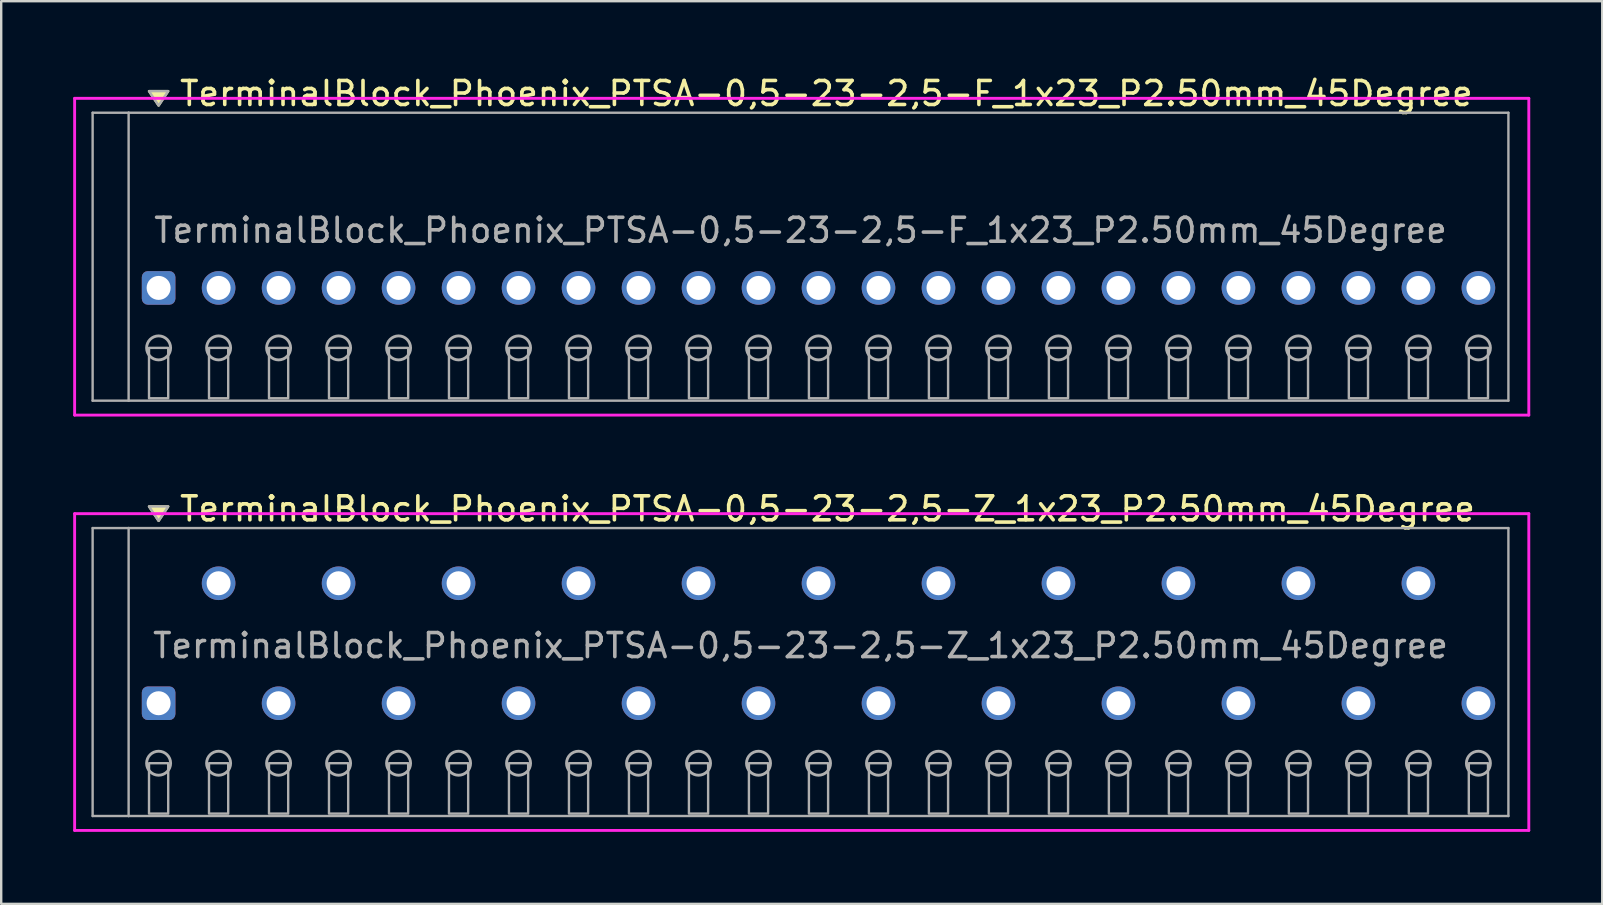
<source format=kicad_pcb>
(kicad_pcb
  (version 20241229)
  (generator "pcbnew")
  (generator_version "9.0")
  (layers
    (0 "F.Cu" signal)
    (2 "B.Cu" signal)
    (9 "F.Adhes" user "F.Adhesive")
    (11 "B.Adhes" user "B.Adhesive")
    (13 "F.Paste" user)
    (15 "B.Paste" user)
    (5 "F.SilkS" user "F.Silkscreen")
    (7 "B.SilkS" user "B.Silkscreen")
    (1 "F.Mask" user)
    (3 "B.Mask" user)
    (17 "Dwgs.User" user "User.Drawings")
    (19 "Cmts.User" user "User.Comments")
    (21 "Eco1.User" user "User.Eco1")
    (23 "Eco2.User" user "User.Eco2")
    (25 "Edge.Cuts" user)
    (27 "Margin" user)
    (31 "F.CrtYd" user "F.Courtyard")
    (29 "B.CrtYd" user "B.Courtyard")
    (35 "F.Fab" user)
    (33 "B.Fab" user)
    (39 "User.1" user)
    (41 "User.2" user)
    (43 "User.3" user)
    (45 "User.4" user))
  (footprint "TerminalBlock_Phoenix_PTSA-0,5-23-2,5-F_1x23_P2.50mm_45Degree"
    (layer "F.Cu")
    (at 3.56 8.948)
    (property "Reference" "TerminalBlock_Phoenix_PTSA-0,5-23-2,5-F_1x23_P2.50mm_45Degree" (at 0.8 -8.1 0) (layer "F.SilkS") (effects (font (size 1 1) (thickness 0.15)) (justify left)))
    (attr through_hole)
    (fp_poly (pts (xy 0 -7.6) (xy -0.4 -8.2) (xy 0.4 -8.2)) (stroke (width 0.1) (type solid)) (fill yes) (layer "F.SilkS"))
    (fp_line (start -3.5 -7.9) (end 57.1 -7.9) (stroke (width 0.12) (type solid)) (layer "F.CrtYd"))
    (fp_line (start -3.5 5.3) (end -3.5 -7.9) (stroke (width 0.12) (type solid)) (layer "F.CrtYd"))
    (fp_line (start 57.1 -7.9) (end 57.1 5.3) (stroke (width 0.12) (type solid)) (layer "F.CrtYd"))
    (fp_line (start 57.1 5.3) (end -3.5 5.3) (stroke (width 0.12) (type solid)) (layer "F.CrtYd"))
    (fp_line (start -2.75 -7.3) (end -1.25 -7.3) (stroke (width 0.1) (type solid)) (layer "F.Fab"))
    (fp_line (start -2.75 4.7) (end -2.75 -7.3) (stroke (width 0.1) (type solid)) (layer "F.Fab"))
    (fp_line (start -1.25 -7.3) (end -1.25 4.7) (stroke (width 0.1) (type solid)) (layer "F.Fab"))
    (fp_line (start -1.25 4.7) (end -2.75 4.7) (stroke (width 0.1) (type solid)) (layer "F.Fab"))
    (fp_line (start -1.25 4.7) (end 56.25 4.7) (stroke (width 0.1) (type solid)) (layer "F.Fab"))
    (fp_line (start 56.25 -7.3) (end -1.25 -7.3) (stroke (width 0.1) (type solid)) (layer "F.Fab"))
    (fp_line (start 56.25 4.7) (end 56.25 -7.3) (stroke (width 0.1) (type solid)) (layer "F.Fab"))
    (fp_circle (center 0 2.5) (end -0.5 2.5) (stroke (width 0.12) (type solid)) (fill no) (layer "F.Fab"))
    (fp_circle (center 2.5 2.5) (end 2 2.5) (stroke (width 0.12) (type solid)) (fill no) (layer "F.Fab"))
    (fp_circle (center 5 2.5) (end 4.5 2.5) (stroke (width 0.12) (type solid)) (fill no) (layer "F.Fab"))
    (fp_circle (center 7.5 2.5) (end 7 2.5) (stroke (width 0.12) (type solid)) (fill no) (layer "F.Fab"))
    (fp_circle (center 10 2.5) (end 9.5 2.5) (stroke (width 0.12) (type solid)) (fill no) (layer "F.Fab"))
    (fp_circle (center 12.5 2.5) (end 12 2.5) (stroke (width 0.12) (type solid)) (fill no) (layer "F.Fab"))
    (fp_circle (center 15 2.5) (end 14.5 2.5) (stroke (width 0.12) (type solid)) (fill no) (layer "F.Fab"))
    (fp_circle (center 17.5 2.5) (end 17 2.5) (stroke (width 0.12) (type solid)) (fill no) (layer "F.Fab"))
    (fp_circle (center 20 2.5) (end 19.5 2.5) (stroke (width 0.12) (type solid)) (fill no) (layer "F.Fab"))
    (fp_circle (center 22.5 2.5) (end 22 2.5) (stroke (width 0.12) (type solid)) (fill no) (layer "F.Fab"))
    (fp_circle (center 25 2.5) (end 24.5 2.5) (stroke (width 0.12) (type solid)) (fill no) (layer "F.Fab"))
    (fp_circle (center 27.5 2.5) (end 27 2.5) (stroke (width 0.12) (type solid)) (fill no) (layer "F.Fab"))
    (fp_circle (center 30 2.5) (end 29.5 2.5) (stroke (width 0.12) (type solid)) (fill no) (layer "F.Fab"))
    (fp_circle (center 32.5 2.5) (end 32 2.5) (stroke (width 0.12) (type solid)) (fill no) (layer "F.Fab"))
    (fp_circle (center 35 2.5) (end 34.5 2.5) (stroke (width 0.12) (type solid)) (fill no) (layer "F.Fab"))
    (fp_circle (center 37.5 2.5) (end 37 2.5) (stroke (width 0.12) (type solid)) (fill no) (layer "F.Fab"))
    (fp_circle (center 40 2.5) (end 39.5 2.5) (stroke (width 0.12) (type solid)) (fill no) (layer "F.Fab"))
    (fp_circle (center 42.5 2.5) (end 42 2.5) (stroke (width 0.12) (type solid)) (fill no) (layer "F.Fab"))
    (fp_circle (center 45 2.5) (end 44.5 2.5) (stroke (width 0.12) (type solid)) (fill no) (layer "F.Fab"))
    (fp_circle (center 47.5 2.5) (end 47 2.5) (stroke (width 0.12) (type solid)) (fill no) (layer "F.Fab"))
    (fp_circle (center 50 2.5) (end 49.5 2.5) (stroke (width 0.12) (type solid)) (fill no) (layer "F.Fab"))
    (fp_circle (center 52.5 2.5) (end 52 2.5) (stroke (width 0.12) (type solid)) (fill no) (layer "F.Fab"))
    (fp_circle (center 55 2.5) (end 54.5 2.5) (stroke (width 0.12) (type solid)) (fill no) (layer "F.Fab"))
    (fp_poly (pts (xy 0 -7.6) (xy -0.4 -8.2) (xy 0.4 -8.2)) (stroke (width 0.1) (type solid)) (fill no) (layer "F.Fab"))
    (fp_poly (pts (xy -0.4 2.5) (xy -0.4 4.6) (xy 0.4 4.6) (xy 0.4 2.5)) (stroke (width 0.1) (type solid)) (fill no) (layer "F.Fab"))
    (fp_poly (pts (xy 2.1 2.5) (xy 2.1 4.6) (xy 2.9 4.6) (xy 2.9 2.5)) (stroke (width 0.1) (type solid)) (fill no) (layer "F.Fab"))
    (fp_poly (pts (xy 4.6 2.5) (xy 4.6 4.6) (xy 5.4 4.6) (xy 5.4 2.5)) (stroke (width 0.1) (type solid)) (fill no) (layer "F.Fab"))
    (fp_poly (pts (xy 7.1 2.5) (xy 7.1 4.6) (xy 7.9 4.6) (xy 7.9 2.5)) (stroke (width 0.1) (type solid)) (fill no) (layer "F.Fab"))
    (fp_poly (pts (xy 9.6 2.5) (xy 9.6 4.6) (xy 10.4 4.6) (xy 10.4 2.5)) (stroke (width 0.1) (type solid)) (fill no) (layer "F.Fab"))
    (fp_poly (pts (xy 12.1 2.5) (xy 12.1 4.6) (xy 12.9 4.6) (xy 12.9 2.5)) (stroke (width 0.1) (type solid)) (fill no) (layer "F.Fab"))
    (fp_poly (pts (xy 14.6 2.5) (xy 14.6 4.6) (xy 15.4 4.6) (xy 15.4 2.5)) (stroke (width 0.1) (type solid)) (fill no) (layer "F.Fab"))
    (fp_poly (pts (xy 17.1 2.5) (xy 17.1 4.6) (xy 17.9 4.6) (xy 17.9 2.5)) (stroke (width 0.1) (type solid)) (fill no) (layer "F.Fab"))
    (fp_poly (pts (xy 19.6 2.5) (xy 19.6 4.6) (xy 20.4 4.6) (xy 20.4 2.5)) (stroke (width 0.1) (type solid)) (fill no) (layer "F.Fab"))
    (fp_poly (pts (xy 22.1 2.5) (xy 22.1 4.6) (xy 22.9 4.6) (xy 22.9 2.5)) (stroke (width 0.1) (type solid)) (fill no) (layer "F.Fab"))
    (fp_poly (pts (xy 24.6 2.5) (xy 24.6 4.6) (xy 25.4 4.6) (xy 25.4 2.5)) (stroke (width 0.1) (type solid)) (fill no) (layer "F.Fab"))
    (fp_poly (pts (xy 27.1 2.5) (xy 27.1 4.6) (xy 27.9 4.6) (xy 27.9 2.5)) (stroke (width 0.1) (type solid)) (fill no) (layer "F.Fab"))
    (fp_poly (pts (xy 29.6 2.5) (xy 29.6 4.6) (xy 30.4 4.6) (xy 30.4 2.5)) (stroke (width 0.1) (type solid)) (fill no) (layer "F.Fab"))
    (fp_poly (pts (xy 32.1 2.5) (xy 32.1 4.6) (xy 32.9 4.6) (xy 32.9 2.5)) (stroke (width 0.1) (type solid)) (fill no) (layer "F.Fab"))
    (fp_poly (pts (xy 34.6 2.5) (xy 34.6 4.6) (xy 35.4 4.6) (xy 35.4 2.5)) (stroke (width 0.1) (type solid)) (fill no) (layer "F.Fab"))
    (fp_poly (pts (xy 37.1 2.5) (xy 37.1 4.6) (xy 37.9 4.6) (xy 37.9 2.5)) (stroke (width 0.1) (type solid)) (fill no) (layer "F.Fab"))
    (fp_poly (pts (xy 39.6 2.5) (xy 39.6 4.6) (xy 40.4 4.6) (xy 40.4 2.5)) (stroke (width 0.1) (type solid)) (fill no) (layer "F.Fab"))
    (fp_poly (pts (xy 42.1 2.5) (xy 42.1 4.6) (xy 42.9 4.6) (xy 42.9 2.5)) (stroke (width 0.1) (type solid)) (fill no) (layer "F.Fab"))
    (fp_poly (pts (xy 44.6 2.5) (xy 44.6 4.6) (xy 45.4 4.6) (xy 45.4 2.5)) (stroke (width 0.1) (type solid)) (fill no) (layer "F.Fab"))
    (fp_poly (pts (xy 47.1 2.5) (xy 47.1 4.6) (xy 47.9 4.6) (xy 47.9 2.5)) (stroke (width 0.1) (type solid)) (fill no) (layer "F.Fab"))
    (fp_poly (pts (xy 49.6 2.5) (xy 49.6 4.6) (xy 50.4 4.6) (xy 50.4 2.5)) (stroke (width 0.1) (type solid)) (fill no) (layer "F.Fab"))
    (fp_poly (pts (xy 52.1 2.5) (xy 52.1 4.6) (xy 52.9 4.6) (xy 52.9 2.5)) (stroke (width 0.1) (type solid)) (fill no) (layer "F.Fab"))
    (fp_poly (pts (xy 54.6 2.5) (xy 54.6 4.6) (xy 55.4 4.6) (xy 55.4 2.5)) (stroke (width 0.1) (type solid)) (fill no) (layer "F.Fab"))
    (fp_text user "${REFERENCE}" (at 26.75 -2.4 0) (layer "F.Fab") (effects (font (size 1 1) (thickness 0.15))))
    (pad "1" thru_hole roundrect (at 0 0) (size 1.4 1.4) (drill 1) (layers "*.Cu" "*.Mask") (roundrect_rratio 0.179))
    (pad "2" thru_hole oval (at 2.5 0) (size 1.4 1.4) (drill 1) (layers "*.Cu" "*.Mask"))
    (pad "3" thru_hole oval (at 5 0) (size 1.4 1.4) (drill 1) (layers "*.Cu" "*.Mask"))
    (pad "4" thru_hole oval (at 7.5 0) (size 1.4 1.4) (drill 1) (layers "*.Cu" "*.Mask"))
    (pad "5" thru_hole oval (at 10 0) (size 1.4 1.4) (drill 1) (layers "*.Cu" "*.Mask"))
    (pad "6" thru_hole oval (at 12.5 0) (size 1.4 1.4) (drill 1) (layers "*.Cu" "*.Mask"))
    (pad "7" thru_hole oval (at 15 0) (size 1.4 1.4) (drill 1) (layers "*.Cu" "*.Mask"))
    (pad "8" thru_hole oval (at 17.5 0) (size 1.4 1.4) (drill 1) (layers "*.Cu" "*.Mask"))
    (pad "9" thru_hole oval (at 20 0) (size 1.4 1.4) (drill 1) (layers "*.Cu" "*.Mask"))
    (pad "10" thru_hole oval (at 22.5 0) (size 1.4 1.4) (drill 1) (layers "*.Cu" "*.Mask"))
    (pad "11" thru_hole oval (at 25 0) (size 1.4 1.4) (drill 1) (layers "*.Cu" "*.Mask"))
    (pad "12" thru_hole oval (at 27.5 0) (size 1.4 1.4) (drill 1) (layers "*.Cu" "*.Mask"))
    (pad "13" thru_hole oval (at 30 0) (size 1.4 1.4) (drill 1) (layers "*.Cu" "*.Mask"))
    (pad "14" thru_hole oval (at 32.5 0) (size 1.4 1.4) (drill 1) (layers "*.Cu" "*.Mask"))
    (pad "15" thru_hole oval (at 35 0) (size 1.4 1.4) (drill 1) (layers "*.Cu" "*.Mask"))
    (pad "16" thru_hole oval (at 37.5 0) (size 1.4 1.4) (drill 1) (layers "*.Cu" "*.Mask"))
    (pad "17" thru_hole oval (at 40 0) (size 1.4 1.4) (drill 1) (layers "*.Cu" "*.Mask"))
    (pad "18" thru_hole oval (at 42.5 0) (size 1.4 1.4) (drill 1) (layers "*.Cu" "*.Mask"))
    (pad "19" thru_hole oval (at 45 0) (size 1.4 1.4) (drill 1) (layers "*.Cu" "*.Mask"))
    (pad "20" thru_hole oval (at 47.5 0) (size 1.4 1.4) (drill 1) (layers "*.Cu" "*.Mask"))
    (pad "21" thru_hole oval (at 50 0) (size 1.4 1.4) (drill 1) (layers "*.Cu" "*.Mask"))
    (pad "22" thru_hole oval (at 52.5 0) (size 1.4 1.4) (drill 1) (layers "*.Cu" "*.Mask"))
    (pad "23" thru_hole oval (at 55 0) (size 1.4 1.4) (drill 1) (layers "*.Cu" "*.Mask")))
  (footprint "TerminalBlock_Phoenix_PTSA-0,5-23-2,5-Z_1x23_P2.50mm_45Degree"
    (layer "F.Cu")
    (at 3.56 26.256)
    (property "Reference" "TerminalBlock_Phoenix_PTSA-0,5-23-2,5-Z_1x23_P2.50mm_45Degree" (at 0.8 -8.1 0) (layer "F.SilkS") (effects (font (size 1 1) (thickness 0.15)) (justify left)))
    (attr through_hole)
    (fp_poly (pts (xy 0 -7.6) (xy -0.4 -8.2) (xy 0.4 -8.2)) (stroke (width 0.1) (type solid)) (fill yes) (layer "F.SilkS"))
    (fp_line (start -3.5 -7.9) (end 57.1 -7.9) (stroke (width 0.12) (type solid)) (layer "F.CrtYd"))
    (fp_line (start -3.5 5.3) (end -3.5 -7.9) (stroke (width 0.12) (type solid)) (layer "F.CrtYd"))
    (fp_line (start 57.1 -7.9) (end 57.1 5.3) (stroke (width 0.12) (type solid)) (layer "F.CrtYd"))
    (fp_line (start 57.1 5.3) (end -3.5 5.3) (stroke (width 0.12) (type solid)) (layer "F.CrtYd"))
    (fp_line (start -2.75 -7.3) (end -1.25 -7.3) (stroke (width 0.1) (type solid)) (layer "F.Fab"))
    (fp_line (start -2.75 4.7) (end -2.75 -7.3) (stroke (width 0.1) (type solid)) (layer "F.Fab"))
    (fp_line (start -1.25 -7.3) (end -1.25 4.7) (stroke (width 0.1) (type solid)) (layer "F.Fab"))
    (fp_line (start -1.25 4.7) (end -2.75 4.7) (stroke (width 0.1) (type solid)) (layer "F.Fab"))
    (fp_line (start -1.25 4.7) (end 56.25 4.7) (stroke (width 0.1) (type solid)) (layer "F.Fab"))
    (fp_line (start 56.25 -7.3) (end -1.25 -7.3) (stroke (width 0.1) (type solid)) (layer "F.Fab"))
    (fp_line (start 56.25 4.7) (end 56.25 -7.3) (stroke (width 0.1) (type solid)) (layer "F.Fab"))
    (fp_circle (center 0 2.5) (end -0.5 2.5) (stroke (width 0.12) (type solid)) (fill no) (layer "F.Fab"))
    (fp_circle (center 2.5 2.5) (end 2 2.5) (stroke (width 0.12) (type solid)) (fill no) (layer "F.Fab"))
    (fp_circle (center 5 2.5) (end 4.5 2.5) (stroke (width 0.12) (type solid)) (fill no) (layer "F.Fab"))
    (fp_circle (center 7.5 2.5) (end 7 2.5) (stroke (width 0.12) (type solid)) (fill no) (layer "F.Fab"))
    (fp_circle (center 10 2.5) (end 9.5 2.5) (stroke (width 0.12) (type solid)) (fill no) (layer "F.Fab"))
    (fp_circle (center 12.5 2.5) (end 12 2.5) (stroke (width 0.12) (type solid)) (fill no) (layer "F.Fab"))
    (fp_circle (center 15 2.5) (end 14.5 2.5) (stroke (width 0.12) (type solid)) (fill no) (layer "F.Fab"))
    (fp_circle (center 17.5 2.5) (end 17 2.5) (stroke (width 0.12) (type solid)) (fill no) (layer "F.Fab"))
    (fp_circle (center 20 2.5) (end 19.5 2.5) (stroke (width 0.12) (type solid)) (fill no) (layer "F.Fab"))
    (fp_circle (center 22.5 2.5) (end 22 2.5) (stroke (width 0.12) (type solid)) (fill no) (layer "F.Fab"))
    (fp_circle (center 25 2.5) (end 24.5 2.5) (stroke (width 0.12) (type solid)) (fill no) (layer "F.Fab"))
    (fp_circle (center 27.5 2.5) (end 27 2.5) (stroke (width 0.12) (type solid)) (fill no) (layer "F.Fab"))
    (fp_circle (center 30 2.5) (end 29.5 2.5) (stroke (width 0.12) (type solid)) (fill no) (layer "F.Fab"))
    (fp_circle (center 32.5 2.5) (end 32 2.5) (stroke (width 0.12) (type solid)) (fill no) (layer "F.Fab"))
    (fp_circle (center 35 2.5) (end 34.5 2.5) (stroke (width 0.12) (type solid)) (fill no) (layer "F.Fab"))
    (fp_circle (center 37.5 2.5) (end 37 2.5) (stroke (width 0.12) (type solid)) (fill no) (layer "F.Fab"))
    (fp_circle (center 40 2.5) (end 39.5 2.5) (stroke (width 0.12) (type solid)) (fill no) (layer "F.Fab"))
    (fp_circle (center 42.5 2.5) (end 42 2.5) (stroke (width 0.12) (type solid)) (fill no) (layer "F.Fab"))
    (fp_circle (center 45 2.5) (end 44.5 2.5) (stroke (width 0.12) (type solid)) (fill no) (layer "F.Fab"))
    (fp_circle (center 47.5 2.5) (end 47 2.5) (stroke (width 0.12) (type solid)) (fill no) (layer "F.Fab"))
    (fp_circle (center 50 2.5) (end 49.5 2.5) (stroke (width 0.12) (type solid)) (fill no) (layer "F.Fab"))
    (fp_circle (center 52.5 2.5) (end 52 2.5) (stroke (width 0.12) (type solid)) (fill no) (layer "F.Fab"))
    (fp_circle (center 55 2.5) (end 54.5 2.5) (stroke (width 0.12) (type solid)) (fill no) (layer "F.Fab"))
    (fp_poly (pts (xy 0 -7.6) (xy -0.4 -8.2) (xy 0.4 -8.2)) (stroke (width 0.1) (type solid)) (fill no) (layer "F.Fab"))
    (fp_poly (pts (xy -0.4 2.5) (xy -0.4 4.6) (xy 0.4 4.6) (xy 0.4 2.5)) (stroke (width 0.1) (type solid)) (fill no) (layer "F.Fab"))
    (fp_poly (pts (xy 2.1 2.5) (xy 2.1 4.6) (xy 2.9 4.6) (xy 2.9 2.5)) (stroke (width 0.1) (type solid)) (fill no) (layer "F.Fab"))
    (fp_poly (pts (xy 4.6 2.5) (xy 4.6 4.6) (xy 5.4 4.6) (xy 5.4 2.5)) (stroke (width 0.1) (type solid)) (fill no) (layer "F.Fab"))
    (fp_poly (pts (xy 7.1 2.5) (xy 7.1 4.6) (xy 7.9 4.6) (xy 7.9 2.5)) (stroke (width 0.1) (type solid)) (fill no) (layer "F.Fab"))
    (fp_poly (pts (xy 9.6 2.5) (xy 9.6 4.6) (xy 10.4 4.6) (xy 10.4 2.5)) (stroke (width 0.1) (type solid)) (fill no) (layer "F.Fab"))
    (fp_poly (pts (xy 12.1 2.5) (xy 12.1 4.6) (xy 12.9 4.6) (xy 12.9 2.5)) (stroke (width 0.1) (type solid)) (fill no) (layer "F.Fab"))
    (fp_poly (pts (xy 14.6 2.5) (xy 14.6 4.6) (xy 15.4 4.6) (xy 15.4 2.5)) (stroke (width 0.1) (type solid)) (fill no) (layer "F.Fab"))
    (fp_poly (pts (xy 17.1 2.5) (xy 17.1 4.6) (xy 17.9 4.6) (xy 17.9 2.5)) (stroke (width 0.1) (type solid)) (fill no) (layer "F.Fab"))
    (fp_poly (pts (xy 19.6 2.5) (xy 19.6 4.6) (xy 20.4 4.6) (xy 20.4 2.5)) (stroke (width 0.1) (type solid)) (fill no) (layer "F.Fab"))
    (fp_poly (pts (xy 22.1 2.5) (xy 22.1 4.6) (xy 22.9 4.6) (xy 22.9 2.5)) (stroke (width 0.1) (type solid)) (fill no) (layer "F.Fab"))
    (fp_poly (pts (xy 24.6 2.5) (xy 24.6 4.6) (xy 25.4 4.6) (xy 25.4 2.5)) (stroke (width 0.1) (type solid)) (fill no) (layer "F.Fab"))
    (fp_poly (pts (xy 27.1 2.5) (xy 27.1 4.6) (xy 27.9 4.6) (xy 27.9 2.5)) (stroke (width 0.1) (type solid)) (fill no) (layer "F.Fab"))
    (fp_poly (pts (xy 29.6 2.5) (xy 29.6 4.6) (xy 30.4 4.6) (xy 30.4 2.5)) (stroke (width 0.1) (type solid)) (fill no) (layer "F.Fab"))
    (fp_poly (pts (xy 32.1 2.5) (xy 32.1 4.6) (xy 32.9 4.6) (xy 32.9 2.5)) (stroke (width 0.1) (type solid)) (fill no) (layer "F.Fab"))
    (fp_poly (pts (xy 34.6 2.5) (xy 34.6 4.6) (xy 35.4 4.6) (xy 35.4 2.5)) (stroke (width 0.1) (type solid)) (fill no) (layer "F.Fab"))
    (fp_poly (pts (xy 37.1 2.5) (xy 37.1 4.6) (xy 37.9 4.6) (xy 37.9 2.5)) (stroke (width 0.1) (type solid)) (fill no) (layer "F.Fab"))
    (fp_poly (pts (xy 39.6 2.5) (xy 39.6 4.6) (xy 40.4 4.6) (xy 40.4 2.5)) (stroke (width 0.1) (type solid)) (fill no) (layer "F.Fab"))
    (fp_poly (pts (xy 42.1 2.5) (xy 42.1 4.6) (xy 42.9 4.6) (xy 42.9 2.5)) (stroke (width 0.1) (type solid)) (fill no) (layer "F.Fab"))
    (fp_poly (pts (xy 44.6 2.5) (xy 44.6 4.6) (xy 45.4 4.6) (xy 45.4 2.5)) (stroke (width 0.1) (type solid)) (fill no) (layer "F.Fab"))
    (fp_poly (pts (xy 47.1 2.5) (xy 47.1 4.6) (xy 47.9 4.6) (xy 47.9 2.5)) (stroke (width 0.1) (type solid)) (fill no) (layer "F.Fab"))
    (fp_poly (pts (xy 49.6 2.5) (xy 49.6 4.6) (xy 50.4 4.6) (xy 50.4 2.5)) (stroke (width 0.1) (type solid)) (fill no) (layer "F.Fab"))
    (fp_poly (pts (xy 52.1 2.5) (xy 52.1 4.6) (xy 52.9 4.6) (xy 52.9 2.5)) (stroke (width 0.1) (type solid)) (fill no) (layer "F.Fab"))
    (fp_poly (pts (xy 54.6 2.5) (xy 54.6 4.6) (xy 55.4 4.6) (xy 55.4 2.5)) (stroke (width 0.1) (type solid)) (fill no) (layer "F.Fab"))
    (fp_text user "${REFERENCE}" (at 26.75 -2.4 0) (layer "F.Fab") (effects (font (size 1 1) (thickness 0.15))))
    (pad "1" thru_hole roundrect (at 0 0) (size 1.4 1.4) (drill 1) (layers "*.Cu" "*.Mask") (roundrect_rratio 0.179))
    (pad "2" thru_hole oval (at 2.5 -5) (size 1.4 1.4) (drill 1) (layers "*.Cu" "*.Mask"))
    (pad "3" thru_hole oval (at 5 0) (size 1.4 1.4) (drill 1) (layers "*.Cu" "*.Mask"))
    (pad "4" thru_hole oval (at 7.5 -5) (size 1.4 1.4) (drill 1) (layers "*.Cu" "*.Mask"))
    (pad "5" thru_hole oval (at 10 0) (size 1.4 1.4) (drill 1) (layers "*.Cu" "*.Mask"))
    (pad "6" thru_hole oval (at 12.5 -5) (size 1.4 1.4) (drill 1) (layers "*.Cu" "*.Mask"))
    (pad "7" thru_hole oval (at 15 0) (size 1.4 1.4) (drill 1) (layers "*.Cu" "*.Mask"))
    (pad "8" thru_hole oval (at 17.5 -5) (size 1.4 1.4) (drill 1) (layers "*.Cu" "*.Mask"))
    (pad "9" thru_hole oval (at 20 0) (size 1.4 1.4) (drill 1) (layers "*.Cu" "*.Mask"))
    (pad "10" thru_hole oval (at 22.5 -5) (size 1.4 1.4) (drill 1) (layers "*.Cu" "*.Mask"))
    (pad "11" thru_hole oval (at 25 0) (size 1.4 1.4) (drill 1) (layers "*.Cu" "*.Mask"))
    (pad "12" thru_hole oval (at 27.5 -5) (size 1.4 1.4) (drill 1) (layers "*.Cu" "*.Mask"))
    (pad "13" thru_hole oval (at 30 0) (size 1.4 1.4) (drill 1) (layers "*.Cu" "*.Mask"))
    (pad "14" thru_hole oval (at 32.5 -5) (size 1.4 1.4) (drill 1) (layers "*.Cu" "*.Mask"))
    (pad "15" thru_hole oval (at 35 0) (size 1.4 1.4) (drill 1) (layers "*.Cu" "*.Mask"))
    (pad "16" thru_hole oval (at 37.5 -5) (size 1.4 1.4) (drill 1) (layers "*.Cu" "*.Mask"))
    (pad "17" thru_hole oval (at 40 0) (size 1.4 1.4) (drill 1) (layers "*.Cu" "*.Mask"))
    (pad "18" thru_hole oval (at 42.5 -5) (size 1.4 1.4) (drill 1) (layers "*.Cu" "*.Mask"))
    (pad "19" thru_hole oval (at 45 0) (size 1.4 1.4) (drill 1) (layers "*.Cu" "*.Mask"))
    (pad "20" thru_hole oval (at 47.5 -5) (size 1.4 1.4) (drill 1) (layers "*.Cu" "*.Mask"))
    (pad "21" thru_hole oval (at 50 0) (size 1.4 1.4) (drill 1) (layers "*.Cu" "*.Mask"))
    (pad "22" thru_hole oval (at 52.5 -5) (size 1.4 1.4) (drill 1) (layers "*.Cu" "*.Mask"))
    (pad "23" thru_hole oval (at 55 0) (size 1.4 1.4) (drill 1) (layers "*.Cu" "*.Mask")))
  (gr_rect
    (start -3 -3)
    (end 63.72 34.617)
    (stroke (width 0.1) (type default))
    (fill no)
    (layer "Edge.Cuts")))
</source>
